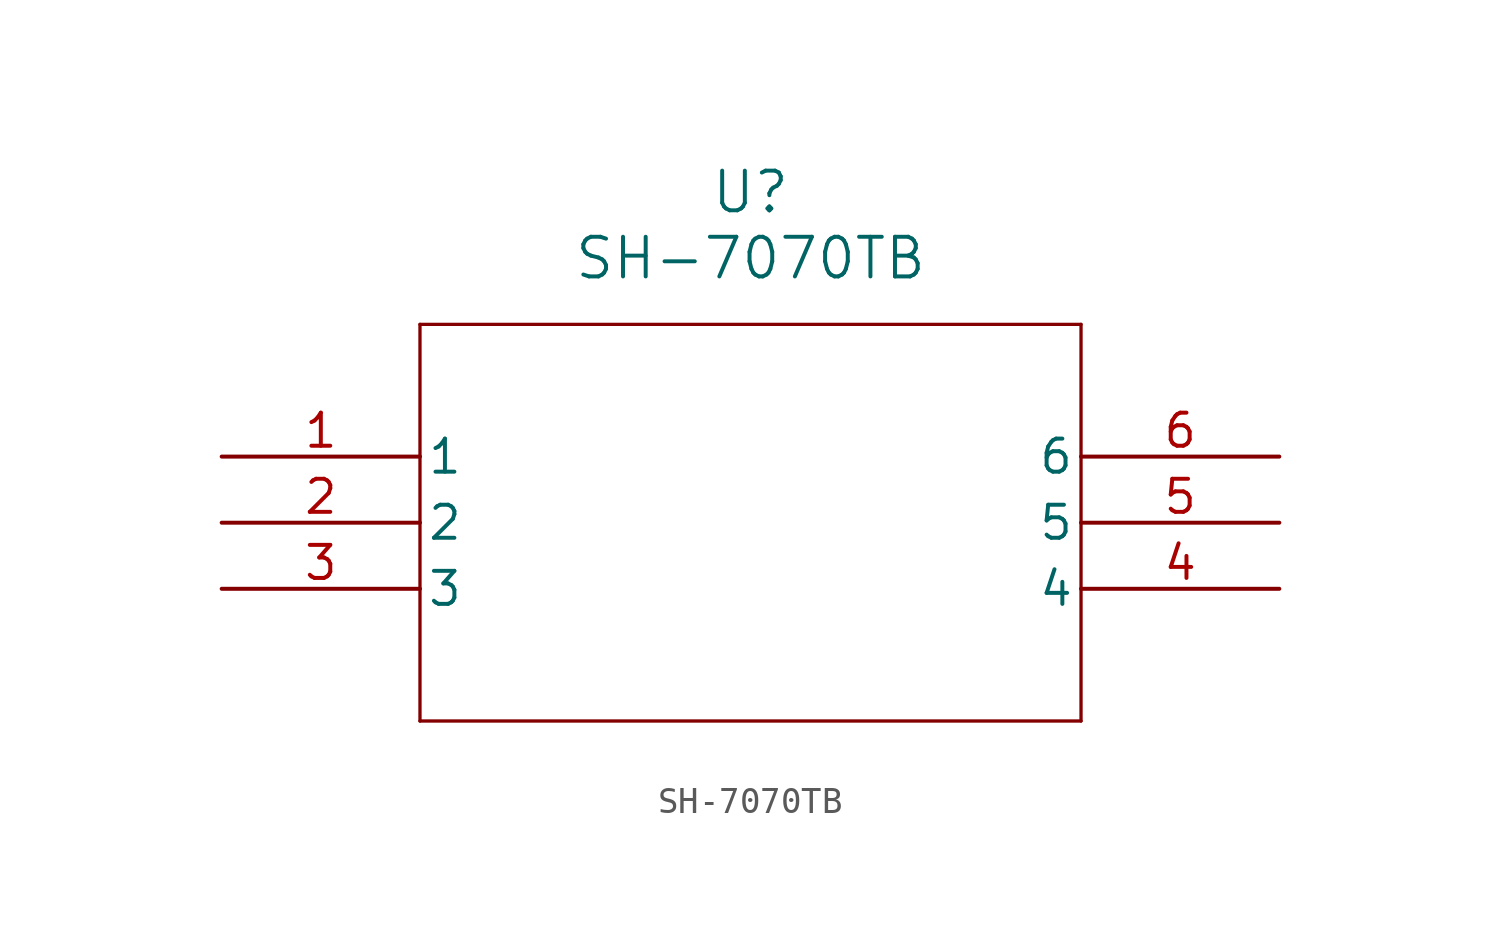
<source format=kicad_sym>
(kicad_symbol_lib
  (version 20211014)
  (generator kicad_symbol_editor)
  (symbol "SH-7070TB"
    (pin_names
      (offset 0.254))
    (property "Reference" "U"
      (at 20.32 10.16 0)
      (effects (font (size 1.524 1.524))))
    (property "Value" "SH-7070TB"
      (at 20.32 7.62 0)
      (effects (font (size 1.524 1.524))))
    (symbol "SH-7070TB_0_1"
      (polyline (pts (xy 7.62 5.08) (xy 7.62 -10.16)) (stroke (width 0.127) (type default) (color 0 0 0 0)) (fill (type none)))
      (polyline (pts (xy 7.62 -10.16) (xy 33.02 -10.16)) (stroke (width 0.127) (type default) (color 0 0 0 0)) (fill (type none)))
      (polyline (pts (xy 33.02 -10.16) (xy 33.02 5.08)) (stroke (width 0.127) (type default) (color 0 0 0 0)) (fill (type none)))
      (polyline (pts (xy 33.02 5.08) (xy 7.62 5.08)) (stroke (width 0.127) (type default) (color 0 0 0 0)) (fill (type none)))
      (pin unspecified line (at 0 0 0) (length 7.62) (name "1" (effects (font (size 1.27 1.27)))) (number "1" (effects (font (size 1.27 1.27)))))
      (pin unspecified line (at 0 -2.54 0) (length 7.62) (name "2" (effects (font (size 1.27 1.27)))) (number "2" (effects (font (size 1.27 1.27)))))
      (pin unspecified line (at 0 -5.08 0) (length 7.62) (name "3" (effects (font (size 1.27 1.27)))) (number "3" (effects (font (size 1.27 1.27)))))
      (pin unspecified line (at 40.64 -5.08 180) (length 7.62) (name "4" (effects (font (size 1.27 1.27)))) (number "4" (effects (font (size 1.27 1.27)))))
      (pin unspecified line (at 40.64 -2.54 180) (length 7.62) (name "5" (effects (font (size 1.27 1.27)))) (number "5" (effects (font (size 1.27 1.27)))))
      (pin unspecified line (at 40.64 0 180) (length 7.62) (name "6" (effects (font (size 1.27 1.27)))) (number "6" (effects (font (size 1.27 1.27))))))))
</source>
